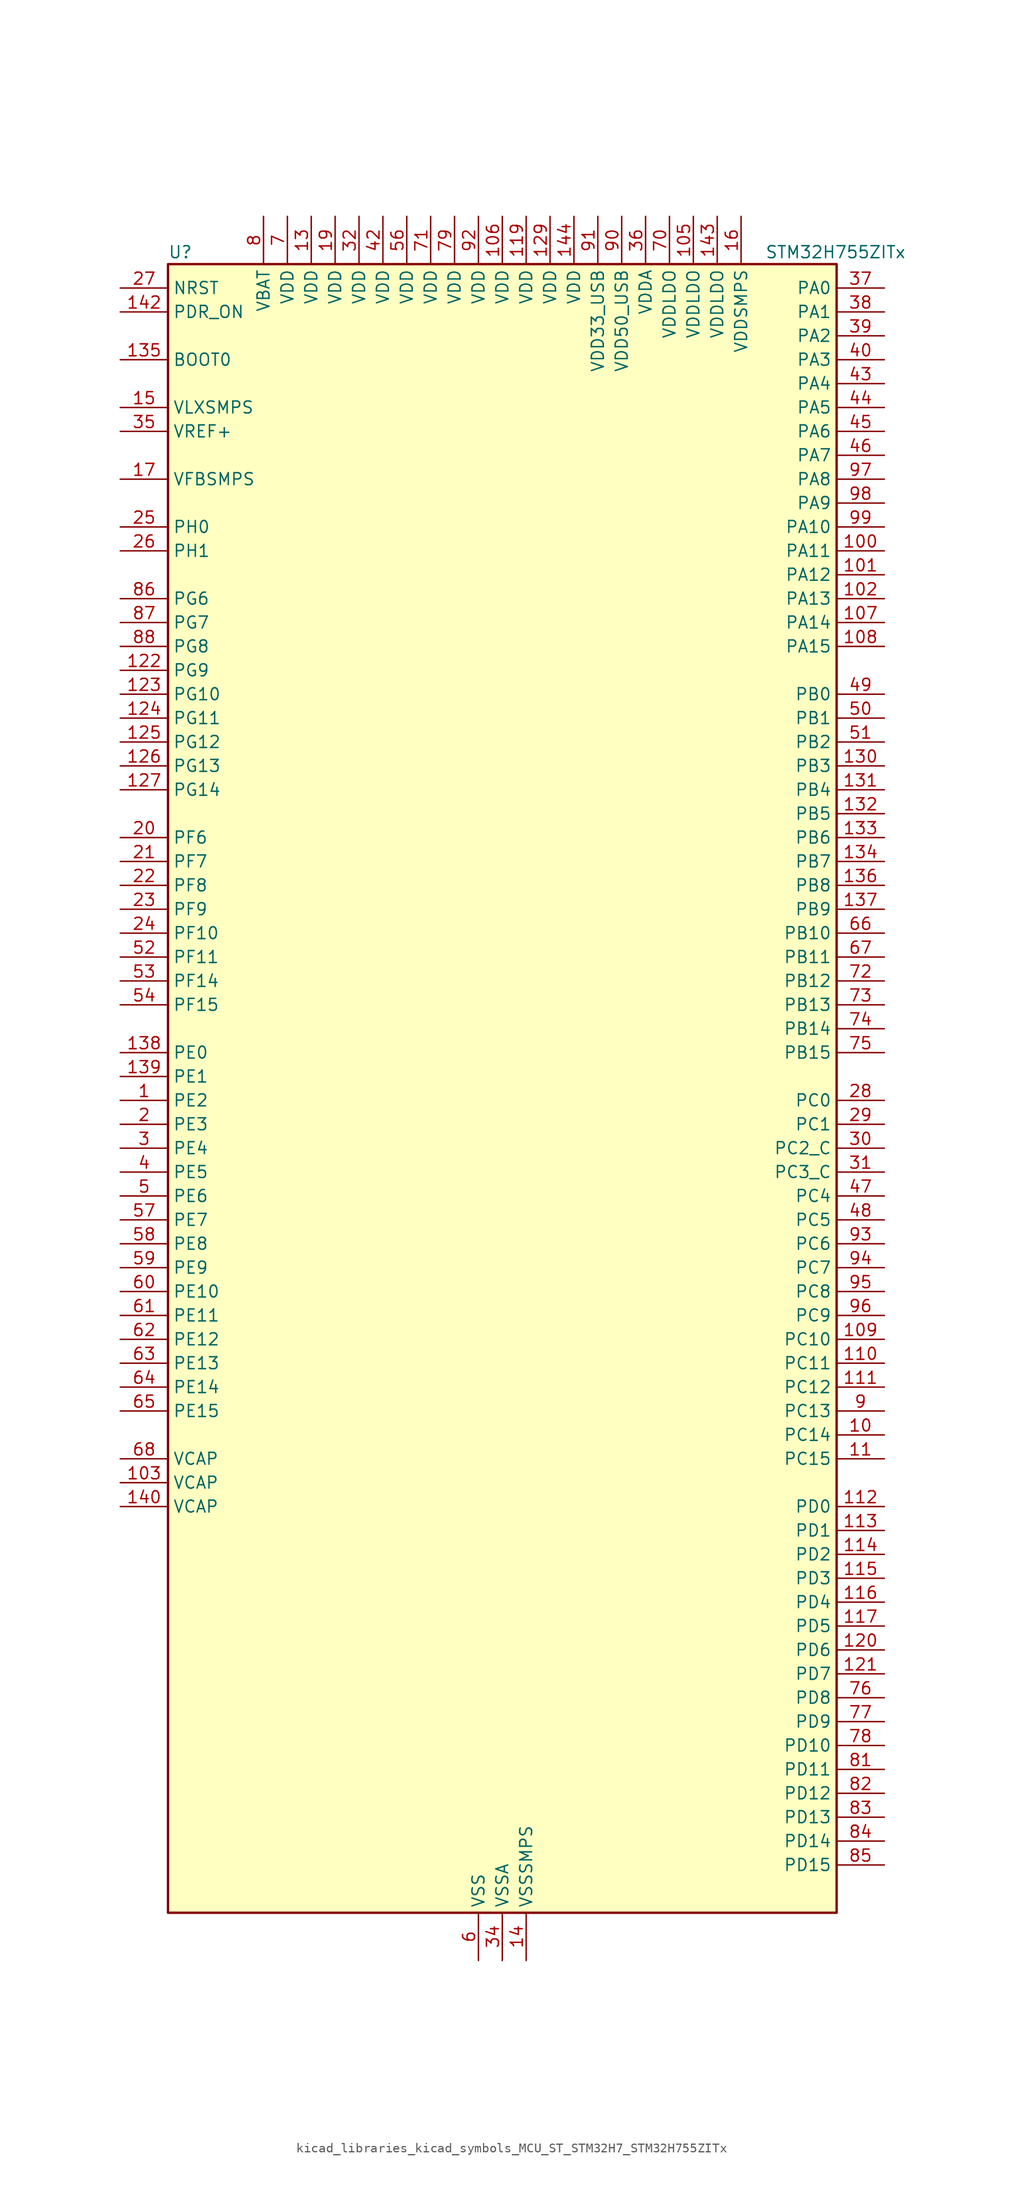
<source format=kicad_sym>
(kicad_symbol_lib
  (version 20220914)
  (generator kicad_symbol_editor)
  (symbol "kicad_libraries_kicad_symbols_MCU_ST_STM32H7_STM32H755ZITx"
    (property "Reference" "U"
      (at -35.56 90.17 0)
      (effects (font (size 1.27 1.27)) (justify left)))
    (property "Value" "STM32H755ZITx"
      (at 27.94 90.17 0)
      (effects (font (size 1.27 1.27)) (justify left)))
    (property "ki_locked" ""
      (at 0 0 0)
      (effects (font (size 1.27 1.27))))
    (symbol "kicad_libraries_kicad_symbols_MCU_ST_STM32H7_STM32H755ZITx_0_1"
      (rectangle (start -35.56 -86.36) (end 35.56 88.9) (stroke (width 0.254) (type default)) (fill (type background))))
    (symbol "kicad_libraries_kicad_symbols_MCU_ST_STM32H7_STM32H755ZITx_1_1"
      (pin bidirectional line (at -40.64 0 0) (length 5.08) (name "PE2" (effects (font (size 1.27 1.27)))) (number "1" (effects (font (size 1.27 1.27)))) (alternate "DEBUG_TRACECLK" bidirectional line) (alternate "ETH_TXD3" bidirectional line) (alternate "FMC_A23" bidirectional line) (alternate "QUADSPI_BK1_IO2" bidirectional line) (alternate "SAI1_CK1" bidirectional line) (alternate "SAI1_MCLK_A" bidirectional line) (alternate "SAI4_CK1" bidirectional line) (alternate "SAI4_MCLK_A" bidirectional line) (alternate "SPI4_SCK" bidirectional line))
      (pin bidirectional line (at 40.64 -35.56 180) (length 5.08) (name "PC14" (effects (font (size 1.27 1.27)))) (number "10" (effects (font (size 1.27 1.27)))) (alternate "RCC_OSC32_IN" bidirectional line))
      (pin bidirectional line (at 40.64 58.42 180) (length 5.08) (name "PA11" (effects (font (size 1.27 1.27)))) (number "100" (effects (font (size 1.27 1.27)))) (alternate "ADC1_EXTI11" bidirectional line) (alternate "ADC2_EXTI11" bidirectional line) (alternate "ADC3_EXTI11" bidirectional line) (alternate "FDCAN1_RX" bidirectional line) (alternate "HRTIM_CHD1" bidirectional line) (alternate "I2S2_WS" bidirectional line) (alternate "LPUART1_CTS" bidirectional line) (alternate "LTDC_R4" bidirectional line) (alternate "SPI2_NSS" bidirectional line) (alternate "TIM1_CH4" bidirectional line) (alternate "UART4_RX" bidirectional line) (alternate "USART1_CTS" bidirectional line) (alternate "USART1_NSS" bidirectional line) (alternate "USB_OTG_FS_DM" bidirectional line))
      (pin bidirectional line (at 40.64 55.88 180) (length 5.08) (name "PA12" (effects (font (size 1.27 1.27)))) (number "101" (effects (font (size 1.27 1.27)))) (alternate "FDCAN1_TX" bidirectional line) (alternate "HRTIM_CHD2" bidirectional line) (alternate "I2S2_CK" bidirectional line) (alternate "LPUART1_DE" bidirectional line) (alternate "LPUART1_RTS" bidirectional line) (alternate "LTDC_R5" bidirectional line) (alternate "SAI2_FS_B" bidirectional line) (alternate "SPI2_SCK" bidirectional line) (alternate "TIM1_ETR" bidirectional line) (alternate "UART4_TX" bidirectional line) (alternate "USART1_DE" bidirectional line) (alternate "USART1_RTS" bidirectional line) (alternate "USB_OTG_FS_DP" bidirectional line))
      (pin bidirectional line (at 40.64 53.34 180) (length 5.08) (name "PA13" (effects (font (size 1.27 1.27)))) (number "102" (effects (font (size 1.27 1.27)))) (alternate "DEBUG_JTMS-SWDIO" bidirectional line))
      (pin power_out line (at -40.64 -40.64 0) (length 5.08) (name "VCAP" (effects (font (size 1.27 1.27)))) (number "103" (effects (font (size 1.27 1.27)))))
      (pin passive line (at -2.54 -91.44 90) (length 5.08) hide (name "VSS" (effects (font (size 1.27 1.27)))) (number "104" (effects (font (size 1.27 1.27)))))
      (pin power_in line (at 20.32 93.98 270) (length 5.08) (name "VDDLDO" (effects (font (size 1.27 1.27)))) (number "105" (effects (font (size 1.27 1.27)))))
      (pin power_in line (at 0 93.98 270) (length 5.08) (name "VDD" (effects (font (size 1.27 1.27)))) (number "106" (effects (font (size 1.27 1.27)))))
      (pin bidirectional line (at 40.64 50.8 180) (length 5.08) (name "PA14" (effects (font (size 1.27 1.27)))) (number "107" (effects (font (size 1.27 1.27)))) (alternate "DEBUG_JTCK-SWCLK" bidirectional line))
      (pin bidirectional line (at 40.64 48.26 180) (length 5.08) (name "PA15" (effects (font (size 1.27 1.27)))) (number "108" (effects (font (size 1.27 1.27)))) (alternate "ADC1_EXTI15" bidirectional line) (alternate "ADC2_EXTI15" bidirectional line) (alternate "ADC3_EXTI15" bidirectional line) (alternate "CEC" bidirectional line) (alternate "DEBUG_JTDI" bidirectional line) (alternate "HRTIM_FLT1" bidirectional line) (alternate "I2S1_WS" bidirectional line) (alternate "I2S3_WS" bidirectional line) (alternate "SPI1_NSS" bidirectional line) (alternate "SPI3_NSS" bidirectional line) (alternate "SPI6_NSS" bidirectional line) (alternate "TIM2_CH1" bidirectional line) (alternate "TIM2_ETR" bidirectional line) (alternate "UART4_DE" bidirectional line) (alternate "UART4_RTS" bidirectional line) (alternate "UART7_TX" bidirectional line))
      (pin bidirectional line (at 40.64 -25.4 180) (length 5.08) (name "PC10" (effects (font (size 1.27 1.27)))) (number "109" (effects (font (size 1.27 1.27)))) (alternate "DCMI_D8" bidirectional line) (alternate "DFSDM1_CKIN5" bidirectional line) (alternate "HRTIM_EEV1" bidirectional line) (alternate "I2S3_CK" bidirectional line) (alternate "LTDC_R2" bidirectional line) (alternate "QUADSPI_BK1_IO1" bidirectional line) (alternate "SDMMC1_D2" bidirectional line) (alternate "SPI3_SCK" bidirectional line) (alternate "UART4_TX" bidirectional line) (alternate "USART3_TX" bidirectional line))
      (pin bidirectional line (at 40.64 -38.1 180) (length 5.08) (name "PC15" (effects (font (size 1.27 1.27)))) (number "11" (effects (font (size 1.27 1.27)))) (alternate "ADC1_EXTI15" bidirectional line) (alternate "ADC2_EXTI15" bidirectional line) (alternate "ADC3_EXTI15" bidirectional line) (alternate "RCC_OSC32_OUT" bidirectional line))
      (pin bidirectional line (at 40.64 -27.94 180) (length 5.08) (name "PC11" (effects (font (size 1.27 1.27)))) (number "110" (effects (font (size 1.27 1.27)))) (alternate "ADC1_EXTI11" bidirectional line) (alternate "ADC2_EXTI11" bidirectional line) (alternate "ADC3_EXTI11" bidirectional line) (alternate "DCMI_D4" bidirectional line) (alternate "DFSDM1_DATIN5" bidirectional line) (alternate "HRTIM_FLT2" bidirectional line) (alternate "I2S3_SDI" bidirectional line) (alternate "QUADSPI_BK2_NCS" bidirectional line) (alternate "SDMMC1_D3" bidirectional line) (alternate "SPI3_MISO" bidirectional line) (alternate "UART4_RX" bidirectional line) (alternate "USART3_RX" bidirectional line))
      (pin bidirectional line (at 40.64 -30.48 180) (length 5.08) (name "PC12" (effects (font (size 1.27 1.27)))) (number "111" (effects (font (size 1.27 1.27)))) (alternate "DCMI_D9" bidirectional line) (alternate "DEBUG_TRACED3" bidirectional line) (alternate "HRTIM_EEV2" bidirectional line) (alternate "I2S3_SDO" bidirectional line) (alternate "SDMMC1_CK" bidirectional line) (alternate "SPI3_MOSI" bidirectional line) (alternate "UART5_TX" bidirectional line) (alternate "USART3_CK" bidirectional line))
      (pin bidirectional line (at 40.64 -43.18 180) (length 5.08) (name "PD0" (effects (font (size 1.27 1.27)))) (number "112" (effects (font (size 1.27 1.27)))) (alternate "DFSDM1_CKIN6" bidirectional line) (alternate "FDCAN1_RX" bidirectional line) (alternate "FMC_D2" bidirectional line) (alternate "FMC_DA2" bidirectional line) (alternate "SAI3_SCK_A" bidirectional line) (alternate "UART4_RX" bidirectional line))
      (pin bidirectional line (at 40.64 -45.72 180) (length 5.08) (name "PD1" (effects (font (size 1.27 1.27)))) (number "113" (effects (font (size 1.27 1.27)))) (alternate "DFSDM1_DATIN6" bidirectional line) (alternate "FDCAN1_TX" bidirectional line) (alternate "FMC_D3" bidirectional line) (alternate "FMC_DA3" bidirectional line) (alternate "SAI3_SD_A" bidirectional line) (alternate "UART4_TX" bidirectional line))
      (pin bidirectional line (at 40.64 -48.26 180) (length 5.08) (name "PD2" (effects (font (size 1.27 1.27)))) (number "114" (effects (font (size 1.27 1.27)))) (alternate "DCMI_D11" bidirectional line) (alternate "DEBUG_TRACED2" bidirectional line) (alternate "SDMMC1_CMD" bidirectional line) (alternate "TIM3_ETR" bidirectional line) (alternate "UART5_RX" bidirectional line))
      (pin bidirectional line (at 40.64 -50.8 180) (length 5.08) (name "PD3" (effects (font (size 1.27 1.27)))) (number "115" (effects (font (size 1.27 1.27)))) (alternate "DCMI_D5" bidirectional line) (alternate "DFSDM1_CKOUT" bidirectional line) (alternate "FMC_CLK" bidirectional line) (alternate "I2S2_CK" bidirectional line) (alternate "LTDC_G7" bidirectional line) (alternate "SPI2_SCK" bidirectional line) (alternate "USART2_CTS" bidirectional line) (alternate "USART2_NSS" bidirectional line))
      (pin bidirectional line (at 40.64 -53.34 180) (length 5.08) (name "PD4" (effects (font (size 1.27 1.27)))) (number "116" (effects (font (size 1.27 1.27)))) (alternate "FMC_NOE" bidirectional line) (alternate "HRTIM_FLT3" bidirectional line) (alternate "SAI3_FS_A" bidirectional line) (alternate "USART2_DE" bidirectional line) (alternate "USART2_RTS" bidirectional line))
      (pin bidirectional line (at 40.64 -55.88 180) (length 5.08) (name "PD5" (effects (font (size 1.27 1.27)))) (number "117" (effects (font (size 1.27 1.27)))) (alternate "FMC_NWE" bidirectional line) (alternate "HRTIM_EEV3" bidirectional line) (alternate "USART2_TX" bidirectional line))
      (pin passive line (at -2.54 -91.44 90) (length 5.08) hide (name "VSS" (effects (font (size 1.27 1.27)))) (number "118" (effects (font (size 1.27 1.27)))))
      (pin power_in line (at 2.54 93.98 270) (length 5.08) (name "VDD" (effects (font (size 1.27 1.27)))) (number "119" (effects (font (size 1.27 1.27)))))
      (pin passive line (at -2.54 -91.44 90) (length 5.08) hide (name "VSS" (effects (font (size 1.27 1.27)))) (number "12" (effects (font (size 1.27 1.27)))))
      (pin bidirectional line (at 40.64 -58.42 180) (length 5.08) (name "PD6" (effects (font (size 1.27 1.27)))) (number "120" (effects (font (size 1.27 1.27)))) (alternate "DCMI_D10" bidirectional line) (alternate "DFSDM1_CKIN4" bidirectional line) (alternate "DFSDM1_DATIN1" bidirectional line) (alternate "FMC_NWAIT" bidirectional line) (alternate "I2S3_SDO" bidirectional line) (alternate "LTDC_B2" bidirectional line) (alternate "SAI1_D1" bidirectional line) (alternate "SAI1_SD_A" bidirectional line) (alternate "SAI4_D1" bidirectional line) (alternate "SAI4_SD_A" bidirectional line) (alternate "SDMMC2_CK" bidirectional line) (alternate "SPI3_MOSI" bidirectional line) (alternate "USART2_RX" bidirectional line))
      (pin bidirectional line (at 40.64 -60.96 180) (length 5.08) (name "PD7" (effects (font (size 1.27 1.27)))) (number "121" (effects (font (size 1.27 1.27)))) (alternate "DFSDM1_CKIN1" bidirectional line) (alternate "DFSDM1_DATIN4" bidirectional line) (alternate "FMC_NE1" bidirectional line) (alternate "I2S1_SDO" bidirectional line) (alternate "SDMMC2_CMD" bidirectional line) (alternate "SPDIFRX1_IN0" bidirectional line) (alternate "SPI1_MOSI" bidirectional line) (alternate "USART2_CK" bidirectional line))
      (pin bidirectional line (at -40.64 45.72 0) (length 5.08) (name "PG9" (effects (font (size 1.27 1.27)))) (number "122" (effects (font (size 1.27 1.27)))) (alternate "DAC1_EXTI9" bidirectional line) (alternate "DCMI_VSYNC" bidirectional line) (alternate "FMC_NCE" bidirectional line) (alternate "FMC_NE2" bidirectional line) (alternate "I2S1_SDI" bidirectional line) (alternate "QUADSPI_BK2_IO2" bidirectional line) (alternate "SAI2_FS_B" bidirectional line) (alternate "SPDIFRX1_IN3" bidirectional line) (alternate "SPI1_MISO" bidirectional line) (alternate "USART6_RX" bidirectional line))
      (pin bidirectional line (at -40.64 43.18 0) (length 5.08) (name "PG10" (effects (font (size 1.27 1.27)))) (number "123" (effects (font (size 1.27 1.27)))) (alternate "DCMI_D2" bidirectional line) (alternate "FMC_NE3" bidirectional line) (alternate "HRTIM_FLT5" bidirectional line) (alternate "I2S1_WS" bidirectional line) (alternate "LTDC_B2" bidirectional line) (alternate "LTDC_G3" bidirectional line) (alternate "SAI2_SD_B" bidirectional line) (alternate "SPI1_NSS" bidirectional line))
      (pin bidirectional line (at -40.64 40.64 0) (length 5.08) (name "PG11" (effects (font (size 1.27 1.27)))) (number "124" (effects (font (size 1.27 1.27)))) (alternate "ADC1_EXTI11" bidirectional line) (alternate "ADC2_EXTI11" bidirectional line) (alternate "ADC3_EXTI11" bidirectional line) (alternate "DCMI_D3" bidirectional line) (alternate "ETH_TX_EN" bidirectional line) (alternate "HRTIM_EEV4" bidirectional line) (alternate "I2S1_CK" bidirectional line) (alternate "LPTIM1_IN2" bidirectional line) (alternate "LTDC_B3" bidirectional line) (alternate "SDMMC2_D2" bidirectional line) (alternate "SPDIFRX1_IN0" bidirectional line) (alternate "SPI1_SCK" bidirectional line))
      (pin bidirectional line (at -40.64 38.1 0) (length 5.08) (name "PG12" (effects (font (size 1.27 1.27)))) (number "125" (effects (font (size 1.27 1.27)))) (alternate "ETH_TXD1" bidirectional line) (alternate "FMC_NE4" bidirectional line) (alternate "HRTIM_EEV5" bidirectional line) (alternate "LPTIM1_IN1" bidirectional line) (alternate "LTDC_B1" bidirectional line) (alternate "LTDC_B4" bidirectional line) (alternate "SPDIFRX1_IN1" bidirectional line) (alternate "SPI6_MISO" bidirectional line) (alternate "USART6_DE" bidirectional line) (alternate "USART6_RTS" bidirectional line))
      (pin bidirectional line (at -40.64 35.56 0) (length 5.08) (name "PG13" (effects (font (size 1.27 1.27)))) (number "126" (effects (font (size 1.27 1.27)))) (alternate "DEBUG_TRACED0" bidirectional line) (alternate "ETH_TXD0" bidirectional line) (alternate "FMC_A24" bidirectional line) (alternate "HRTIM_EEV10" bidirectional line) (alternate "LPTIM1_OUT" bidirectional line) (alternate "LTDC_R0" bidirectional line) (alternate "SPI6_SCK" bidirectional line) (alternate "USART6_CTS" bidirectional line) (alternate "USART6_NSS" bidirectional line))
      (pin bidirectional line (at -40.64 33.02 0) (length 5.08) (name "PG14" (effects (font (size 1.27 1.27)))) (number "127" (effects (font (size 1.27 1.27)))) (alternate "DEBUG_TRACED1" bidirectional line) (alternate "ETH_TXD1" bidirectional line) (alternate "FMC_A25" bidirectional line) (alternate "LPTIM1_ETR" bidirectional line) (alternate "LTDC_B0" bidirectional line) (alternate "QUADSPI_BK2_IO3" bidirectional line) (alternate "SPI6_MOSI" bidirectional line) (alternate "USART6_TX" bidirectional line))
      (pin passive line (at -2.54 -91.44 90) (length 5.08) hide (name "VSS" (effects (font (size 1.27 1.27)))) (number "128" (effects (font (size 1.27 1.27)))))
      (pin power_in line (at 5.08 93.98 270) (length 5.08) (name "VDD" (effects (font (size 1.27 1.27)))) (number "129" (effects (font (size 1.27 1.27)))))
      (pin power_in line (at -20.32 93.98 270) (length 5.08) (name "VDD" (effects (font (size 1.27 1.27)))) (number "13" (effects (font (size 1.27 1.27)))))
      (pin bidirectional line (at 40.64 35.56 180) (length 5.08) (name "PB3" (effects (font (size 1.27 1.27)))) (number "130" (effects (font (size 1.27 1.27)))) (alternate "CRS_SYNC" bidirectional line) (alternate "DEBUG_JTDO-SWO" bidirectional line) (alternate "HRTIM_FLT4" bidirectional line) (alternate "I2S1_CK" bidirectional line) (alternate "I2S3_CK" bidirectional line) (alternate "SDMMC2_D2" bidirectional line) (alternate "SPI1_SCK" bidirectional line) (alternate "SPI3_SCK" bidirectional line) (alternate "SPI6_SCK" bidirectional line) (alternate "TIM2_CH2" bidirectional line) (alternate "UART7_RX" bidirectional line))
      (pin bidirectional line (at 40.64 33.02 180) (length 5.08) (name "PB4" (effects (font (size 1.27 1.27)))) (number "131" (effects (font (size 1.27 1.27)))) (alternate "DEBUG_JTRST" bidirectional line) (alternate "HRTIM_EEV6" bidirectional line) (alternate "I2S1_SDI" bidirectional line) (alternate "I2S2_WS" bidirectional line) (alternate "I2S3_SDI" bidirectional line) (alternate "SDMMC2_D3" bidirectional line) (alternate "SPI1_MISO" bidirectional line) (alternate "SPI2_NSS" bidirectional line) (alternate "SPI3_MISO" bidirectional line) (alternate "SPI6_MISO" bidirectional line) (alternate "TIM16_BKIN" bidirectional line) (alternate "TIM3_CH1" bidirectional line) (alternate "UART7_TX" bidirectional line))
      (pin bidirectional line (at 40.64 30.48 180) (length 5.08) (name "PB5" (effects (font (size 1.27 1.27)))) (number "132" (effects (font (size 1.27 1.27)))) (alternate "DCMI_D10" bidirectional line) (alternate "ETH_PPS_OUT" bidirectional line) (alternate "FDCAN2_RX" bidirectional line) (alternate "FMC_SDCKE1" bidirectional line) (alternate "HRTIM_EEV7" bidirectional line) (alternate "I2C1_SMBA" bidirectional line) (alternate "I2C4_SMBA" bidirectional line) (alternate "I2S1_SDO" bidirectional line) (alternate "I2S3_SDO" bidirectional line) (alternate "SPI1_MOSI" bidirectional line) (alternate "SPI3_MOSI" bidirectional line) (alternate "SPI6_MOSI" bidirectional line) (alternate "TIM17_BKIN" bidirectional line) (alternate "TIM3_CH2" bidirectional line) (alternate "UART5_RX" bidirectional line) (alternate "USB_OTG_HS_ULPI_D7" bidirectional line))
      (pin bidirectional line (at 40.64 27.94 180) (length 5.08) (name "PB6" (effects (font (size 1.27 1.27)))) (number "133" (effects (font (size 1.27 1.27)))) (alternate "CEC" bidirectional line) (alternate "DCMI_D5" bidirectional line) (alternate "DFSDM1_DATIN5" bidirectional line) (alternate "FDCAN2_TX" bidirectional line) (alternate "FMC_SDNE1" bidirectional line) (alternate "HRTIM_EEV8" bidirectional line) (alternate "I2C1_SCL" bidirectional line) (alternate "I2C4_SCL" bidirectional line) (alternate "LPUART1_TX" bidirectional line) (alternate "QUADSPI_BK1_NCS" bidirectional line) (alternate "TIM16_CH1N" bidirectional line) (alternate "TIM4_CH1" bidirectional line) (alternate "UART5_TX" bidirectional line) (alternate "USART1_TX" bidirectional line))
      (pin bidirectional line (at 40.64 25.4 180) (length 5.08) (name "PB7" (effects (font (size 1.27 1.27)))) (number "134" (effects (font (size 1.27 1.27)))) (alternate "DCMI_VSYNC" bidirectional line) (alternate "DFSDM1_CKIN5" bidirectional line) (alternate "FMC_NL" bidirectional line) (alternate "HRTIM_EEV9" bidirectional line) (alternate "I2C1_SDA" bidirectional line) (alternate "I2C4_SDA" bidirectional line) (alternate "LPUART1_RX" bidirectional line) (alternate "PWR_PVD_IN" bidirectional line) (alternate "TIM17_CH1N" bidirectional line) (alternate "TIM4_CH2" bidirectional line) (alternate "USART1_RX" bidirectional line))
      (pin input line (at -40.64 78.74 0) (length 5.08) (name "BOOT0" (effects (font (size 1.27 1.27)))) (number "135" (effects (font (size 1.27 1.27)))))
      (pin bidirectional line (at 40.64 22.86 180) (length 5.08) (name "PB8" (effects (font (size 1.27 1.27)))) (number "136" (effects (font (size 1.27 1.27)))) (alternate "DCMI_D6" bidirectional line) (alternate "DFSDM1_CKIN7" bidirectional line) (alternate "ETH_TXD3" bidirectional line) (alternate "FDCAN1_RX" bidirectional line) (alternate "I2C1_SCL" bidirectional line) (alternate "I2C4_SCL" bidirectional line) (alternate "LTDC_B6" bidirectional line) (alternate "SDMMC1_CKIN" bidirectional line) (alternate "SDMMC1_D4" bidirectional line) (alternate "SDMMC2_D4" bidirectional line) (alternate "TIM16_CH1" bidirectional line) (alternate "TIM4_CH3" bidirectional line) (alternate "UART4_RX" bidirectional line))
      (pin bidirectional line (at 40.64 20.32 180) (length 5.08) (name "PB9" (effects (font (size 1.27 1.27)))) (number "137" (effects (font (size 1.27 1.27)))) (alternate "DAC1_EXTI9" bidirectional line) (alternate "DCMI_D7" bidirectional line) (alternate "DFSDM1_DATIN7" bidirectional line) (alternate "FDCAN1_TX" bidirectional line) (alternate "I2C1_SDA" bidirectional line) (alternate "I2C4_SDA" bidirectional line) (alternate "I2C4_SMBA" bidirectional line) (alternate "I2S2_WS" bidirectional line) (alternate "LTDC_B7" bidirectional line) (alternate "SDMMC1_CDIR" bidirectional line) (alternate "SDMMC1_D5" bidirectional line) (alternate "SDMMC2_D5" bidirectional line) (alternate "SPI2_NSS" bidirectional line) (alternate "TIM17_CH1" bidirectional line) (alternate "TIM4_CH4" bidirectional line) (alternate "UART4_TX" bidirectional line))
      (pin bidirectional line (at -40.64 5.08 0) (length 5.08) (name "PE0" (effects (font (size 1.27 1.27)))) (number "138" (effects (font (size 1.27 1.27)))) (alternate "DCMI_D2" bidirectional line) (alternate "FMC_NBL0" bidirectional line) (alternate "HRTIM_SCIN" bidirectional line) (alternate "LPTIM1_ETR" bidirectional line) (alternate "LPTIM2_ETR" bidirectional line) (alternate "SAI2_MCLK_A" bidirectional line) (alternate "TIM4_ETR" bidirectional line) (alternate "UART8_RX" bidirectional line))
      (pin bidirectional line (at -40.64 2.54 0) (length 5.08) (name "PE1" (effects (font (size 1.27 1.27)))) (number "139" (effects (font (size 1.27 1.27)))) (alternate "DCMI_D3" bidirectional line) (alternate "FMC_NBL1" bidirectional line) (alternate "HRTIM_SCOUT" bidirectional line) (alternate "LPTIM1_IN2" bidirectional line) (alternate "UART8_TX" bidirectional line))
      (pin power_in line (at 2.54 -91.44 90) (length 5.08) (name "VSSSMPS" (effects (font (size 1.27 1.27)))) (number "14" (effects (font (size 1.27 1.27)))))
      (pin power_out line (at -40.64 -43.18 0) (length 5.08) (name "VCAP" (effects (font (size 1.27 1.27)))) (number "140" (effects (font (size 1.27 1.27)))))
      (pin passive line (at -2.54 -91.44 90) (length 5.08) hide (name "VSS" (effects (font (size 1.27 1.27)))) (number "141" (effects (font (size 1.27 1.27)))))
      (pin input line (at -40.64 83.82 0) (length 5.08) (name "PDR_ON" (effects (font (size 1.27 1.27)))) (number "142" (effects (font (size 1.27 1.27)))))
      (pin power_in line (at 22.86 93.98 270) (length 5.08) (name "VDDLDO" (effects (font (size 1.27 1.27)))) (number "143" (effects (font (size 1.27 1.27)))))
      (pin power_in line (at 7.62 93.98 270) (length 5.08) (name "VDD" (effects (font (size 1.27 1.27)))) (number "144" (effects (font (size 1.27 1.27)))))
      (pin power_in line (at -40.64 73.66 0) (length 5.08) (name "VLXSMPS" (effects (font (size 1.27 1.27)))) (number "15" (effects (font (size 1.27 1.27)))))
      (pin power_in line (at 25.4 93.98 270) (length 5.08) (name "VDDSMPS" (effects (font (size 1.27 1.27)))) (number "16" (effects (font (size 1.27 1.27)))))
      (pin input line (at -40.64 66.04 0) (length 5.08) (name "VFBSMPS" (effects (font (size 1.27 1.27)))) (number "17" (effects (font (size 1.27 1.27)))))
      (pin passive line (at -2.54 -91.44 90) (length 5.08) hide (name "VSS" (effects (font (size 1.27 1.27)))) (number "18" (effects (font (size 1.27 1.27)))))
      (pin power_in line (at -17.78 93.98 270) (length 5.08) (name "VDD" (effects (font (size 1.27 1.27)))) (number "19" (effects (font (size 1.27 1.27)))))
      (pin bidirectional line (at -40.64 -2.54 0) (length 5.08) (name "PE3" (effects (font (size 1.27 1.27)))) (number "2" (effects (font (size 1.27 1.27)))) (alternate "DEBUG_TRACED0" bidirectional line) (alternate "FMC_A19" bidirectional line) (alternate "SAI1_SD_B" bidirectional line) (alternate "SAI4_SD_B" bidirectional line) (alternate "TIM15_BKIN" bidirectional line))
      (pin bidirectional line (at -40.64 27.94 0) (length 5.08) (name "PF6" (effects (font (size 1.27 1.27)))) (number "20" (effects (font (size 1.27 1.27)))) (alternate "ADC3_INP8" bidirectional line) (alternate "QUADSPI_BK1_IO3" bidirectional line) (alternate "SAI1_SD_B" bidirectional line) (alternate "SAI4_SD_B" bidirectional line) (alternate "SPI5_NSS" bidirectional line) (alternate "TIM16_CH1" bidirectional line) (alternate "UART7_RX" bidirectional line))
      (pin bidirectional line (at -40.64 25.4 0) (length 5.08) (name "PF7" (effects (font (size 1.27 1.27)))) (number "21" (effects (font (size 1.27 1.27)))) (alternate "ADC3_INP3" bidirectional line) (alternate "QUADSPI_BK1_IO2" bidirectional line) (alternate "SAI1_MCLK_B" bidirectional line) (alternate "SAI4_MCLK_B" bidirectional line) (alternate "SPI5_SCK" bidirectional line) (alternate "TIM17_CH1" bidirectional line) (alternate "UART7_TX" bidirectional line))
      (pin bidirectional line (at -40.64 22.86 0) (length 5.08) (name "PF8" (effects (font (size 1.27 1.27)))) (number "22" (effects (font (size 1.27 1.27)))) (alternate "ADC3_INN3" bidirectional line) (alternate "ADC3_INP7" bidirectional line) (alternate "QUADSPI_BK1_IO0" bidirectional line) (alternate "SAI1_SCK_B" bidirectional line) (alternate "SAI4_SCK_B" bidirectional line) (alternate "SPI5_MISO" bidirectional line) (alternate "TIM13_CH1" bidirectional line) (alternate "TIM16_CH1N" bidirectional line) (alternate "UART7_DE" bidirectional line) (alternate "UART7_RTS" bidirectional line))
      (pin bidirectional line (at -40.64 20.32 0) (length 5.08) (name "PF9" (effects (font (size 1.27 1.27)))) (number "23" (effects (font (size 1.27 1.27)))) (alternate "ADC3_INP2" bidirectional line) (alternate "DAC1_EXTI9" bidirectional line) (alternate "QUADSPI_BK1_IO1" bidirectional line) (alternate "SAI1_FS_B" bidirectional line) (alternate "SAI4_FS_B" bidirectional line) (alternate "SPI5_MOSI" bidirectional line) (alternate "TIM14_CH1" bidirectional line) (alternate "TIM17_CH1N" bidirectional line) (alternate "UART7_CTS" bidirectional line))
      (pin bidirectional line (at -40.64 17.78 0) (length 5.08) (name "PF10" (effects (font (size 1.27 1.27)))) (number "24" (effects (font (size 1.27 1.27)))) (alternate "ADC3_INN2" bidirectional line) (alternate "ADC3_INP6" bidirectional line) (alternate "DCMI_D11" bidirectional line) (alternate "LTDC_DE" bidirectional line) (alternate "QUADSPI_CLK" bidirectional line) (alternate "SAI1_D3" bidirectional line) (alternate "SAI4_D3" bidirectional line) (alternate "TIM16_BKIN" bidirectional line))
      (pin bidirectional line (at -40.64 60.96 0) (length 5.08) (name "PH0" (effects (font (size 1.27 1.27)))) (number "25" (effects (font (size 1.27 1.27)))) (alternate "RCC_OSC_IN" bidirectional line))
      (pin bidirectional line (at -40.64 58.42 0) (length 5.08) (name "PH1" (effects (font (size 1.27 1.27)))) (number "26" (effects (font (size 1.27 1.27)))) (alternate "RCC_OSC_OUT" bidirectional line))
      (pin input line (at -40.64 86.36 0) (length 5.08) (name "NRST" (effects (font (size 1.27 1.27)))) (number "27" (effects (font (size 1.27 1.27)))))
      (pin bidirectional line (at 40.64 0 180) (length 5.08) (name "PC0" (effects (font (size 1.27 1.27)))) (number "28" (effects (font (size 1.27 1.27)))) (alternate "ADC1_INP10" bidirectional line) (alternate "ADC2_INP10" bidirectional line) (alternate "ADC3_INP10" bidirectional line) (alternate "DFSDM1_CKIN0" bidirectional line) (alternate "DFSDM1_DATIN4" bidirectional line) (alternate "FMC_SDNWE" bidirectional line) (alternate "LTDC_R5" bidirectional line) (alternate "SAI2_FS_B" bidirectional line) (alternate "USB_OTG_HS_ULPI_STP" bidirectional line))
      (pin bidirectional line (at 40.64 -2.54 180) (length 5.08) (name "PC1" (effects (font (size 1.27 1.27)))) (number "29" (effects (font (size 1.27 1.27)))) (alternate "ADC1_INN10" bidirectional line) (alternate "ADC1_INP11" bidirectional line) (alternate "ADC2_INN10" bidirectional line) (alternate "ADC2_INP11" bidirectional line) (alternate "ADC3_INN10" bidirectional line) (alternate "ADC3_INP11" bidirectional line) (alternate "DEBUG_TRACED0" bidirectional line) (alternate "DFSDM1_CKIN4" bidirectional line) (alternate "DFSDM1_DATIN0" bidirectional line) (alternate "ETH_MDC" bidirectional line) (alternate "I2S2_SDO" bidirectional line) (alternate "MDIOS_MDC" bidirectional line) (alternate "PWR_WKUP5" bidirectional line) (alternate "RTC_TAMP3" bidirectional line) (alternate "SAI1_D1" bidirectional line) (alternate "SAI1_SD_A" bidirectional line) (alternate "SAI4_D1" bidirectional line) (alternate "SAI4_SD_A" bidirectional line) (alternate "SDMMC2_CK" bidirectional line) (alternate "SPI2_MOSI" bidirectional line))
      (pin bidirectional line (at -40.64 -5.08 0) (length 5.08) (name "PE4" (effects (font (size 1.27 1.27)))) (number "3" (effects (font (size 1.27 1.27)))) (alternate "DCMI_D4" bidirectional line) (alternate "DEBUG_TRACED1" bidirectional line) (alternate "DFSDM1_DATIN3" bidirectional line) (alternate "FMC_A20" bidirectional line) (alternate "LTDC_B0" bidirectional line) (alternate "SAI1_D2" bidirectional line) (alternate "SAI1_FS_A" bidirectional line) (alternate "SAI4_D2" bidirectional line) (alternate "SAI4_FS_A" bidirectional line) (alternate "SPI4_NSS" bidirectional line) (alternate "TIM15_CH1N" bidirectional line))
      (pin bidirectional line (at 40.64 -5.08 180) (length 5.08) (name "PC2_C" (effects (font (size 1.27 1.27)))) (number "30" (effects (font (size 1.27 1.27)))) (alternate "ADC3_INN1" bidirectional line) (alternate "ADC3_INP0" bidirectional line) (alternate "DFSDM1_CKIN1" bidirectional line) (alternate "DFSDM1_CKOUT" bidirectional line) (alternate "ETH_TXD2" bidirectional line) (alternate "FMC_SDNE0" bidirectional line) (alternate "I2S2_SDI" bidirectional line) (alternate "PWR_CSTOP" bidirectional line) (alternate "SPI2_MISO" bidirectional line) (alternate "USB_OTG_HS_ULPI_DIR" bidirectional line))
      (pin bidirectional line (at 40.64 -7.62 180) (length 5.08) (name "PC3_C" (effects (font (size 1.27 1.27)))) (number "31" (effects (font (size 1.27 1.27)))) (alternate "ADC3_INP1" bidirectional line) (alternate "DFSDM1_DATIN1" bidirectional line) (alternate "ETH_TX_CLK" bidirectional line) (alternate "FMC_SDCKE0" bidirectional line) (alternate "I2S2_SDO" bidirectional line) (alternate "PWR_CSLEEP" bidirectional line) (alternate "SPI2_MOSI" bidirectional line) (alternate "USB_OTG_HS_ULPI_NXT" bidirectional line))
      (pin power_in line (at -15.24 93.98 270) (length 5.08) (name "VDD" (effects (font (size 1.27 1.27)))) (number "32" (effects (font (size 1.27 1.27)))))
      (pin passive line (at -2.54 -91.44 90) (length 5.08) hide (name "VSS" (effects (font (size 1.27 1.27)))) (number "33" (effects (font (size 1.27 1.27)))))
      (pin power_in line (at 0 -91.44 90) (length 5.08) (name "VSSA" (effects (font (size 1.27 1.27)))) (number "34" (effects (font (size 1.27 1.27)))))
      (pin input line (at -40.64 71.12 0) (length 5.08) (name "VREF+" (effects (font (size 1.27 1.27)))) (number "35" (effects (font (size 1.27 1.27)))) (alternate "VREFBUF_OUT" bidirectional line))
      (pin power_in line (at 15.24 93.98 270) (length 5.08) (name "VDDA" (effects (font (size 1.27 1.27)))) (number "36" (effects (font (size 1.27 1.27)))))
      (pin bidirectional line (at 40.64 86.36 180) (length 5.08) (name "PA0" (effects (font (size 1.27 1.27)))) (number "37" (effects (font (size 1.27 1.27)))) (alternate "ADC1_INP16" bidirectional line) (alternate "ETH_CRS" bidirectional line) (alternate "PWR_WKUP0" bidirectional line) (alternate "SAI2_SD_B" bidirectional line) (alternate "SDMMC2_CMD" bidirectional line) (alternate "TIM15_BKIN" bidirectional line) (alternate "TIM2_CH1" bidirectional line) (alternate "TIM2_ETR" bidirectional line) (alternate "TIM5_CH1" bidirectional line) (alternate "TIM8_ETR" bidirectional line) (alternate "UART4_TX" bidirectional line) (alternate "USART2_CTS" bidirectional line) (alternate "USART2_NSS" bidirectional line))
      (pin bidirectional line (at 40.64 83.82 180) (length 5.08) (name "PA1" (effects (font (size 1.27 1.27)))) (number "38" (effects (font (size 1.27 1.27)))) (alternate "ADC1_INN16" bidirectional line) (alternate "ADC1_INP17" bidirectional line) (alternate "ETH_REF_CLK" bidirectional line) (alternate "ETH_RX_CLK" bidirectional line) (alternate "LPTIM3_OUT" bidirectional line) (alternate "LTDC_R2" bidirectional line) (alternate "QUADSPI_BK1_IO3" bidirectional line) (alternate "SAI2_MCLK_B" bidirectional line) (alternate "TIM15_CH1N" bidirectional line) (alternate "TIM2_CH2" bidirectional line) (alternate "TIM5_CH2" bidirectional line) (alternate "UART4_RX" bidirectional line) (alternate "USART2_DE" bidirectional line) (alternate "USART2_RTS" bidirectional line))
      (pin bidirectional line (at 40.64 81.28 180) (length 5.08) (name "PA2" (effects (font (size 1.27 1.27)))) (number "39" (effects (font (size 1.27 1.27)))) (alternate "ADC1_INP14" bidirectional line) (alternate "ADC2_INP14" bidirectional line) (alternate "ETH_MDIO" bidirectional line) (alternate "LPTIM4_OUT" bidirectional line) (alternate "LTDC_R1" bidirectional line) (alternate "MDIOS_MDIO" bidirectional line) (alternate "PWR_WKUP1" bidirectional line) (alternate "SAI2_SCK_B" bidirectional line) (alternate "TIM15_CH1" bidirectional line) (alternate "TIM2_CH3" bidirectional line) (alternate "TIM5_CH3" bidirectional line) (alternate "USART2_TX" bidirectional line))
      (pin bidirectional line (at -40.64 -7.62 0) (length 5.08) (name "PE5" (effects (font (size 1.27 1.27)))) (number "4" (effects (font (size 1.27 1.27)))) (alternate "DCMI_D6" bidirectional line) (alternate "DEBUG_TRACED2" bidirectional line) (alternate "DFSDM1_CKIN3" bidirectional line) (alternate "FMC_A21" bidirectional line) (alternate "LTDC_G0" bidirectional line) (alternate "SAI1_CK2" bidirectional line) (alternate "SAI1_SCK_A" bidirectional line) (alternate "SAI4_CK2" bidirectional line) (alternate "SAI4_SCK_A" bidirectional line) (alternate "SPI4_MISO" bidirectional line) (alternate "TIM15_CH1" bidirectional line))
      (pin bidirectional line (at 40.64 78.74 180) (length 5.08) (name "PA3" (effects (font (size 1.27 1.27)))) (number "40" (effects (font (size 1.27 1.27)))) (alternate "ADC1_INP15" bidirectional line) (alternate "ADC2_INP15" bidirectional line) (alternate "ETH_COL" bidirectional line) (alternate "LPTIM5_OUT" bidirectional line) (alternate "LTDC_B2" bidirectional line) (alternate "LTDC_B5" bidirectional line) (alternate "TIM15_CH2" bidirectional line) (alternate "TIM2_CH4" bidirectional line) (alternate "TIM5_CH4" bidirectional line) (alternate "USART2_RX" bidirectional line) (alternate "USB_OTG_HS_ULPI_D0" bidirectional line))
      (pin passive line (at -2.54 -91.44 90) (length 5.08) hide (name "VSS" (effects (font (size 1.27 1.27)))) (number "41" (effects (font (size 1.27 1.27)))))
      (pin power_in line (at -12.7 93.98 270) (length 5.08) (name "VDD" (effects (font (size 1.27 1.27)))) (number "42" (effects (font (size 1.27 1.27)))))
      (pin bidirectional line (at 40.64 76.2 180) (length 5.08) (name "PA4" (effects (font (size 1.27 1.27)))) (number "43" (effects (font (size 1.27 1.27)))) (alternate "ADC1_INP18" bidirectional line) (alternate "ADC2_INP18" bidirectional line) (alternate "DAC1_OUT1" bidirectional line) (alternate "DCMI_HSYNC" bidirectional line) (alternate "I2S1_WS" bidirectional line) (alternate "I2S3_WS" bidirectional line) (alternate "LTDC_VSYNC" bidirectional line) (alternate "SPI1_NSS" bidirectional line) (alternate "SPI3_NSS" bidirectional line) (alternate "SPI6_NSS" bidirectional line) (alternate "TIM5_ETR" bidirectional line) (alternate "USART2_CK" bidirectional line) (alternate "USB_OTG_HS_SOF" bidirectional line))
      (pin bidirectional line (at 40.64 73.66 180) (length 5.08) (name "PA5" (effects (font (size 1.27 1.27)))) (number "44" (effects (font (size 1.27 1.27)))) (alternate "ADC1_INN18" bidirectional line) (alternate "ADC1_INP19" bidirectional line) (alternate "ADC2_INN18" bidirectional line) (alternate "ADC2_INP19" bidirectional line) (alternate "DAC1_OUT2" bidirectional line) (alternate "I2S1_CK" bidirectional line) (alternate "LTDC_R4" bidirectional line) (alternate "PWR_NDSTOP2" bidirectional line) (alternate "SPI1_SCK" bidirectional line) (alternate "SPI6_SCK" bidirectional line) (alternate "TIM2_CH1" bidirectional line) (alternate "TIM2_ETR" bidirectional line) (alternate "TIM8_CH1N" bidirectional line) (alternate "USB_OTG_HS_ULPI_CK" bidirectional line))
      (pin bidirectional line (at 40.64 71.12 180) (length 5.08) (name "PA6" (effects (font (size 1.27 1.27)))) (number "45" (effects (font (size 1.27 1.27)))) (alternate "ADC1_INP3" bidirectional line) (alternate "ADC2_INP3" bidirectional line) (alternate "DCMI_PIXCLK" bidirectional line) (alternate "I2S1_SDI" bidirectional line) (alternate "LTDC_G2" bidirectional line) (alternate "MDIOS_MDC" bidirectional line) (alternate "SPI1_MISO" bidirectional line) (alternate "SPI6_MISO" bidirectional line) (alternate "TIM13_CH1" bidirectional line) (alternate "TIM1_BKIN" bidirectional line) (alternate "TIM1_BKIN_COMP1" bidirectional line) (alternate "TIM1_BKIN_COMP2" bidirectional line) (alternate "TIM3_CH1" bidirectional line) (alternate "TIM8_BKIN" bidirectional line) (alternate "TIM8_BKIN_COMP1" bidirectional line) (alternate "TIM8_BKIN_COMP2" bidirectional line))
      (pin bidirectional line (at 40.64 68.58 180) (length 5.08) (name "PA7" (effects (font (size 1.27 1.27)))) (number "46" (effects (font (size 1.27 1.27)))) (alternate "ADC1_INN3" bidirectional line) (alternate "ADC1_INP7" bidirectional line) (alternate "ADC2_INN3" bidirectional line) (alternate "ADC2_INP7" bidirectional line) (alternate "ETH_CRS_DV" bidirectional line) (alternate "ETH_RX_DV" bidirectional line) (alternate "FMC_SDNWE" bidirectional line) (alternate "I2S1_SDO" bidirectional line) (alternate "OPAMP1_VINM" bidirectional line) (alternate "OPAMP1_VINM1" bidirectional line) (alternate "SPI1_MOSI" bidirectional line) (alternate "SPI6_MOSI" bidirectional line) (alternate "TIM14_CH1" bidirectional line) (alternate "TIM1_CH1N" bidirectional line) (alternate "TIM3_CH2" bidirectional line) (alternate "TIM8_CH1N" bidirectional line))
      (pin bidirectional line (at 40.64 -10.16 180) (length 5.08) (name "PC4" (effects (font (size 1.27 1.27)))) (number "47" (effects (font (size 1.27 1.27)))) (alternate "ADC1_INP4" bidirectional line) (alternate "ADC2_INP4" bidirectional line) (alternate "COMP1_INM" bidirectional line) (alternate "DFSDM1_CKIN2" bidirectional line) (alternate "ETH_RXD0" bidirectional line) (alternate "FMC_SDNE0" bidirectional line) (alternate "I2S1_MCK" bidirectional line) (alternate "OPAMP1_VOUT" bidirectional line) (alternate "SPDIFRX1_IN2" bidirectional line))
      (pin bidirectional line (at 40.64 -12.7 180) (length 5.08) (name "PC5" (effects (font (size 1.27 1.27)))) (number "48" (effects (font (size 1.27 1.27)))) (alternate "ADC1_INN4" bidirectional line) (alternate "ADC1_INP8" bidirectional line) (alternate "ADC2_INN4" bidirectional line) (alternate "ADC2_INP8" bidirectional line) (alternate "COMP1_OUT" bidirectional line) (alternate "DFSDM1_DATIN2" bidirectional line) (alternate "ETH_RXD1" bidirectional line) (alternate "FMC_SDCKE0" bidirectional line) (alternate "OPAMP1_VINM" bidirectional line) (alternate "OPAMP1_VINM0" bidirectional line) (alternate "SAI1_D3" bidirectional line) (alternate "SAI4_D3" bidirectional line) (alternate "SPDIFRX1_IN3" bidirectional line))
      (pin bidirectional line (at 40.64 43.18 180) (length 5.08) (name "PB0" (effects (font (size 1.27 1.27)))) (number "49" (effects (font (size 1.27 1.27)))) (alternate "ADC1_INN5" bidirectional line) (alternate "ADC1_INP9" bidirectional line) (alternate "ADC2_INN5" bidirectional line) (alternate "ADC2_INP9" bidirectional line) (alternate "COMP1_INP" bidirectional line) (alternate "DFSDM1_CKOUT" bidirectional line) (alternate "ETH_RXD2" bidirectional line) (alternate "LTDC_G1" bidirectional line) (alternate "LTDC_R3" bidirectional line) (alternate "OPAMP1_VINP" bidirectional line) (alternate "TIM1_CH2N" bidirectional line) (alternate "TIM3_CH3" bidirectional line) (alternate "TIM8_CH2N" bidirectional line) (alternate "UART4_CTS" bidirectional line) (alternate "USB_OTG_HS_ULPI_D1" bidirectional line))
      (pin bidirectional line (at -40.64 -10.16 0) (length 5.08) (name "PE6" (effects (font (size 1.27 1.27)))) (number "5" (effects (font (size 1.27 1.27)))) (alternate "DCMI_D7" bidirectional line) (alternate "DEBUG_TRACED3" bidirectional line) (alternate "FMC_A22" bidirectional line) (alternate "LTDC_G1" bidirectional line) (alternate "SAI1_D1" bidirectional line) (alternate "SAI1_SD_A" bidirectional line) (alternate "SAI2_MCLK_B" bidirectional line) (alternate "SAI4_D1" bidirectional line) (alternate "SAI4_SD_A" bidirectional line) (alternate "SPI4_MOSI" bidirectional line) (alternate "TIM15_CH2" bidirectional line) (alternate "TIM1_BKIN2" bidirectional line) (alternate "TIM1_BKIN2_COMP1" bidirectional line) (alternate "TIM1_BKIN2_COMP2" bidirectional line))
      (pin bidirectional line (at 40.64 40.64 180) (length 5.08) (name "PB1" (effects (font (size 1.27 1.27)))) (number "50" (effects (font (size 1.27 1.27)))) (alternate "ADC1_INP5" bidirectional line) (alternate "ADC2_INP5" bidirectional line) (alternate "COMP1_INM" bidirectional line) (alternate "DFSDM1_DATIN1" bidirectional line) (alternate "ETH_RXD3" bidirectional line) (alternate "LTDC_G0" bidirectional line) (alternate "LTDC_R6" bidirectional line) (alternate "TIM1_CH3N" bidirectional line) (alternate "TIM3_CH4" bidirectional line) (alternate "TIM8_CH3N" bidirectional line) (alternate "USB_OTG_HS_ULPI_D2" bidirectional line))
      (pin bidirectional line (at 40.64 38.1 180) (length 5.08) (name "PB2" (effects (font (size 1.27 1.27)))) (number "51" (effects (font (size 1.27 1.27)))) (alternate "COMP1_INP" bidirectional line) (alternate "DFSDM1_CKIN1" bidirectional line) (alternate "I2S3_SDO" bidirectional line) (alternate "QUADSPI_CLK" bidirectional line) (alternate "RTC_OUT_ALARM" bidirectional line) (alternate "RTC_OUT_CALIB" bidirectional line) (alternate "SAI1_D1" bidirectional line) (alternate "SAI1_SD_A" bidirectional line) (alternate "SAI4_D1" bidirectional line) (alternate "SAI4_SD_A" bidirectional line) (alternate "SPI3_MOSI" bidirectional line))
      (pin bidirectional line (at -40.64 15.24 0) (length 5.08) (name "PF11" (effects (font (size 1.27 1.27)))) (number "52" (effects (font (size 1.27 1.27)))) (alternate "ADC1_EXTI11" bidirectional line) (alternate "ADC1_INP2" bidirectional line) (alternate "ADC2_EXTI11" bidirectional line) (alternate "ADC3_EXTI11" bidirectional line) (alternate "DCMI_D12" bidirectional line) (alternate "FMC_SDNRAS" bidirectional line) (alternate "SAI2_SD_B" bidirectional line) (alternate "SPI5_MOSI" bidirectional line))
      (pin bidirectional line (at -40.64 12.7 0) (length 5.08) (name "PF14" (effects (font (size 1.27 1.27)))) (number "53" (effects (font (size 1.27 1.27)))) (alternate "ADC2_INN2" bidirectional line) (alternate "ADC2_INP6" bidirectional line) (alternate "DFSDM1_CKIN6" bidirectional line) (alternate "FMC_A8" bidirectional line) (alternate "I2C4_SCL" bidirectional line))
      (pin bidirectional line (at -40.64 10.16 0) (length 5.08) (name "PF15" (effects (font (size 1.27 1.27)))) (number "54" (effects (font (size 1.27 1.27)))) (alternate "ADC1_EXTI15" bidirectional line) (alternate "ADC2_EXTI15" bidirectional line) (alternate "ADC3_EXTI15" bidirectional line) (alternate "FMC_A9" bidirectional line) (alternate "I2C4_SDA" bidirectional line))
      (pin passive line (at -2.54 -91.44 90) (length 5.08) hide (name "VSS" (effects (font (size 1.27 1.27)))) (number "55" (effects (font (size 1.27 1.27)))))
      (pin power_in line (at -10.16 93.98 270) (length 5.08) (name "VDD" (effects (font (size 1.27 1.27)))) (number "56" (effects (font (size 1.27 1.27)))))
      (pin bidirectional line (at -40.64 -12.7 0) (length 5.08) (name "PE7" (effects (font (size 1.27 1.27)))) (number "57" (effects (font (size 1.27 1.27)))) (alternate "COMP2_INM" bidirectional line) (alternate "DFSDM1_DATIN2" bidirectional line) (alternate "FMC_D4" bidirectional line) (alternate "FMC_DA4" bidirectional line) (alternate "OPAMP2_VOUT" bidirectional line) (alternate "QUADSPI_BK2_IO0" bidirectional line) (alternate "TIM1_ETR" bidirectional line) (alternate "UART7_RX" bidirectional line))
      (pin bidirectional line (at -40.64 -15.24 0) (length 5.08) (name "PE8" (effects (font (size 1.27 1.27)))) (number "58" (effects (font (size 1.27 1.27)))) (alternate "COMP2_OUT" bidirectional line) (alternate "DFSDM1_CKIN2" bidirectional line) (alternate "FMC_D5" bidirectional line) (alternate "FMC_DA5" bidirectional line) (alternate "OPAMP2_VINM" bidirectional line) (alternate "OPAMP2_VINM0" bidirectional line) (alternate "QUADSPI_BK2_IO1" bidirectional line) (alternate "TIM1_CH1N" bidirectional line) (alternate "UART7_TX" bidirectional line))
      (pin bidirectional line (at -40.64 -17.78 0) (length 5.08) (name "PE9" (effects (font (size 1.27 1.27)))) (number "59" (effects (font (size 1.27 1.27)))) (alternate "COMP2_INP" bidirectional line) (alternate "DAC1_EXTI9" bidirectional line) (alternate "DFSDM1_CKOUT" bidirectional line) (alternate "FMC_D6" bidirectional line) (alternate "FMC_DA6" bidirectional line) (alternate "OPAMP2_VINP" bidirectional line) (alternate "QUADSPI_BK2_IO2" bidirectional line) (alternate "TIM1_CH1" bidirectional line) (alternate "UART7_DE" bidirectional line) (alternate "UART7_RTS" bidirectional line))
      (pin power_in line (at -2.54 -91.44 90) (length 5.08) (name "VSS" (effects (font (size 1.27 1.27)))) (number "6" (effects (font (size 1.27 1.27)))))
      (pin bidirectional line (at -40.64 -20.32 0) (length 5.08) (name "PE10" (effects (font (size 1.27 1.27)))) (number "60" (effects (font (size 1.27 1.27)))) (alternate "COMP2_INM" bidirectional line) (alternate "DFSDM1_DATIN4" bidirectional line) (alternate "FMC_D7" bidirectional line) (alternate "FMC_DA7" bidirectional line) (alternate "QUADSPI_BK2_IO3" bidirectional line) (alternate "TIM1_CH2N" bidirectional line) (alternate "UART7_CTS" bidirectional line))
      (pin bidirectional line (at -40.64 -22.86 0) (length 5.08) (name "PE11" (effects (font (size 1.27 1.27)))) (number "61" (effects (font (size 1.27 1.27)))) (alternate "ADC1_EXTI11" bidirectional line) (alternate "ADC2_EXTI11" bidirectional line) (alternate "ADC3_EXTI11" bidirectional line) (alternate "COMP2_INP" bidirectional line) (alternate "DFSDM1_CKIN4" bidirectional line) (alternate "FMC_D8" bidirectional line) (alternate "FMC_DA8" bidirectional line) (alternate "LTDC_G3" bidirectional line) (alternate "SAI2_SD_B" bidirectional line) (alternate "SPI4_NSS" bidirectional line) (alternate "TIM1_CH2" bidirectional line))
      (pin bidirectional line (at -40.64 -25.4 0) (length 5.08) (name "PE12" (effects (font (size 1.27 1.27)))) (number "62" (effects (font (size 1.27 1.27)))) (alternate "COMP1_OUT" bidirectional line) (alternate "DFSDM1_DATIN5" bidirectional line) (alternate "FMC_D9" bidirectional line) (alternate "FMC_DA9" bidirectional line) (alternate "LTDC_B4" bidirectional line) (alternate "SAI2_SCK_B" bidirectional line) (alternate "SPI4_SCK" bidirectional line) (alternate "TIM1_CH3N" bidirectional line))
      (pin bidirectional line (at -40.64 -27.94 0) (length 5.08) (name "PE13" (effects (font (size 1.27 1.27)))) (number "63" (effects (font (size 1.27 1.27)))) (alternate "COMP2_OUT" bidirectional line) (alternate "DFSDM1_CKIN5" bidirectional line) (alternate "FMC_D10" bidirectional line) (alternate "FMC_DA10" bidirectional line) (alternate "LTDC_DE" bidirectional line) (alternate "SAI2_FS_B" bidirectional line) (alternate "SPI4_MISO" bidirectional line) (alternate "TIM1_CH3" bidirectional line))
      (pin bidirectional line (at -40.64 -30.48 0) (length 5.08) (name "PE14" (effects (font (size 1.27 1.27)))) (number "64" (effects (font (size 1.27 1.27)))) (alternate "FMC_D11" bidirectional line) (alternate "FMC_DA11" bidirectional line) (alternate "LTDC_CLK" bidirectional line) (alternate "SAI2_MCLK_B" bidirectional line) (alternate "SPI4_MOSI" bidirectional line) (alternate "TIM1_CH4" bidirectional line))
      (pin bidirectional line (at -40.64 -33.02 0) (length 5.08) (name "PE15" (effects (font (size 1.27 1.27)))) (number "65" (effects (font (size 1.27 1.27)))) (alternate "ADC1_EXTI15" bidirectional line) (alternate "ADC2_EXTI15" bidirectional line) (alternate "ADC3_EXTI15" bidirectional line) (alternate "FMC_D12" bidirectional line) (alternate "FMC_DA12" bidirectional line) (alternate "LTDC_R7" bidirectional line) (alternate "TIM1_BKIN" bidirectional line) (alternate "TIM1_BKIN_COMP1" bidirectional line) (alternate "TIM1_BKIN_COMP2" bidirectional line))
      (pin bidirectional line (at 40.64 17.78 180) (length 5.08) (name "PB10" (effects (font (size 1.27 1.27)))) (number "66" (effects (font (size 1.27 1.27)))) (alternate "DFSDM1_DATIN7" bidirectional line) (alternate "ETH_RX_ER" bidirectional line) (alternate "HRTIM_SCOUT" bidirectional line) (alternate "I2C2_SCL" bidirectional line) (alternate "I2S2_CK" bidirectional line) (alternate "LPTIM2_IN1" bidirectional line) (alternate "LTDC_G4" bidirectional line) (alternate "QUADSPI_BK1_NCS" bidirectional line) (alternate "SPI2_SCK" bidirectional line) (alternate "TIM2_CH3" bidirectional line) (alternate "USART3_TX" bidirectional line) (alternate "USB_OTG_HS_ULPI_D3" bidirectional line))
      (pin bidirectional line (at 40.64 15.24 180) (length 5.08) (name "PB11" (effects (font (size 1.27 1.27)))) (number "67" (effects (font (size 1.27 1.27)))) (alternate "ADC1_EXTI11" bidirectional line) (alternate "ADC2_EXTI11" bidirectional line) (alternate "ADC3_EXTI11" bidirectional line) (alternate "DFSDM1_CKIN7" bidirectional line) (alternate "ETH_TX_EN" bidirectional line) (alternate "HRTIM_SCIN" bidirectional line) (alternate "I2C2_SDA" bidirectional line) (alternate "LPTIM2_ETR" bidirectional line) (alternate "LTDC_G5" bidirectional line) (alternate "TIM2_CH4" bidirectional line) (alternate "USART3_RX" bidirectional line) (alternate "USB_OTG_HS_ULPI_D4" bidirectional line))
      (pin power_out line (at -40.64 -38.1 0) (length 5.08) (name "VCAP" (effects (font (size 1.27 1.27)))) (number "68" (effects (font (size 1.27 1.27)))))
      (pin passive line (at -2.54 -91.44 90) (length 5.08) hide (name "VSS" (effects (font (size 1.27 1.27)))) (number "69" (effects (font (size 1.27 1.27)))))
      (pin power_in line (at -22.86 93.98 270) (length 5.08) (name "VDD" (effects (font (size 1.27 1.27)))) (number "7" (effects (font (size 1.27 1.27)))))
      (pin power_in line (at 17.78 93.98 270) (length 5.08) (name "VDDLDO" (effects (font (size 1.27 1.27)))) (number "70" (effects (font (size 1.27 1.27)))))
      (pin power_in line (at -7.62 93.98 270) (length 5.08) (name "VDD" (effects (font (size 1.27 1.27)))) (number "71" (effects (font (size 1.27 1.27)))))
      (pin bidirectional line (at 40.64 12.7 180) (length 5.08) (name "PB12" (effects (font (size 1.27 1.27)))) (number "72" (effects (font (size 1.27 1.27)))) (alternate "DFSDM1_DATIN1" bidirectional line) (alternate "ETH_TXD0" bidirectional line) (alternate "FDCAN2_RX" bidirectional line) (alternate "I2C2_SMBA" bidirectional line) (alternate "I2S2_WS" bidirectional line) (alternate "SPI2_NSS" bidirectional line) (alternate "TIM1_BKIN" bidirectional line) (alternate "TIM1_BKIN_COMP1" bidirectional line) (alternate "TIM1_BKIN_COMP2" bidirectional line) (alternate "UART5_RX" bidirectional line) (alternate "USART3_CK" bidirectional line) (alternate "USB_OTG_HS_ID" bidirectional line) (alternate "USB_OTG_HS_ULPI_D5" bidirectional line))
      (pin bidirectional line (at 40.64 10.16 180) (length 5.08) (name "PB13" (effects (font (size 1.27 1.27)))) (number "73" (effects (font (size 1.27 1.27)))) (alternate "DFSDM1_CKIN1" bidirectional line) (alternate "ETH_TXD1" bidirectional line) (alternate "FDCAN2_TX" bidirectional line) (alternate "I2S2_CK" bidirectional line) (alternate "LPTIM2_OUT" bidirectional line) (alternate "SPI2_SCK" bidirectional line) (alternate "TIM1_CH1N" bidirectional line) (alternate "UART5_TX" bidirectional line) (alternate "USART3_CTS" bidirectional line) (alternate "USART3_NSS" bidirectional line) (alternate "USB_OTG_HS_ULPI_D6" bidirectional line) (alternate "USB_OTG_HS_VBUS" bidirectional line))
      (pin bidirectional line (at 40.64 7.62 180) (length 5.08) (name "PB14" (effects (font (size 1.27 1.27)))) (number "74" (effects (font (size 1.27 1.27)))) (alternate "DFSDM1_DATIN2" bidirectional line) (alternate "I2S2_SDI" bidirectional line) (alternate "SDMMC2_D0" bidirectional line) (alternate "SPI2_MISO" bidirectional line) (alternate "TIM12_CH1" bidirectional line) (alternate "TIM1_CH2N" bidirectional line) (alternate "TIM8_CH2N" bidirectional line) (alternate "UART4_DE" bidirectional line) (alternate "UART4_RTS" bidirectional line) (alternate "USART1_TX" bidirectional line) (alternate "USART3_DE" bidirectional line) (alternate "USART3_RTS" bidirectional line) (alternate "USB_OTG_HS_DM" bidirectional line))
      (pin bidirectional line (at 40.64 5.08 180) (length 5.08) (name "PB15" (effects (font (size 1.27 1.27)))) (number "75" (effects (font (size 1.27 1.27)))) (alternate "ADC1_EXTI15" bidirectional line) (alternate "ADC2_EXTI15" bidirectional line) (alternate "ADC3_EXTI15" bidirectional line) (alternate "DFSDM1_CKIN2" bidirectional line) (alternate "I2S2_SDO" bidirectional line) (alternate "RTC_REFIN" bidirectional line) (alternate "SDMMC2_D1" bidirectional line) (alternate "SPI2_MOSI" bidirectional line) (alternate "TIM12_CH2" bidirectional line) (alternate "TIM1_CH3N" bidirectional line) (alternate "TIM8_CH3N" bidirectional line) (alternate "UART4_CTS" bidirectional line) (alternate "USART1_RX" bidirectional line) (alternate "USB_OTG_HS_DP" bidirectional line))
      (pin bidirectional line (at 40.64 -63.5 180) (length 5.08) (name "PD8" (effects (font (size 1.27 1.27)))) (number "76" (effects (font (size 1.27 1.27)))) (alternate "DFSDM1_CKIN3" bidirectional line) (alternate "FMC_D13" bidirectional line) (alternate "FMC_DA13" bidirectional line) (alternate "SAI3_SCK_B" bidirectional line) (alternate "SPDIFRX1_IN1" bidirectional line) (alternate "USART3_TX" bidirectional line))
      (pin bidirectional line (at 40.64 -66.04 180) (length 5.08) (name "PD9" (effects (font (size 1.27 1.27)))) (number "77" (effects (font (size 1.27 1.27)))) (alternate "DAC1_EXTI9" bidirectional line) (alternate "DFSDM1_DATIN3" bidirectional line) (alternate "FMC_D14" bidirectional line) (alternate "FMC_DA14" bidirectional line) (alternate "SAI3_SD_B" bidirectional line) (alternate "USART3_RX" bidirectional line))
      (pin bidirectional line (at 40.64 -68.58 180) (length 5.08) (name "PD10" (effects (font (size 1.27 1.27)))) (number "78" (effects (font (size 1.27 1.27)))) (alternate "DFSDM1_CKOUT" bidirectional line) (alternate "FMC_D15" bidirectional line) (alternate "FMC_DA15" bidirectional line) (alternate "LTDC_B3" bidirectional line) (alternate "SAI3_FS_B" bidirectional line) (alternate "USART3_CK" bidirectional line))
      (pin power_in line (at -5.08 93.98 270) (length 5.08) (name "VDD" (effects (font (size 1.27 1.27)))) (number "79" (effects (font (size 1.27 1.27)))))
      (pin power_in line (at -25.4 93.98 270) (length 5.08) (name "VBAT" (effects (font (size 1.27 1.27)))) (number "8" (effects (font (size 1.27 1.27)))))
      (pin passive line (at -2.54 -91.44 90) (length 5.08) hide (name "VSS" (effects (font (size 1.27 1.27)))) (number "80" (effects (font (size 1.27 1.27)))))
      (pin bidirectional line (at 40.64 -71.12 180) (length 5.08) (name "PD11" (effects (font (size 1.27 1.27)))) (number "81" (effects (font (size 1.27 1.27)))) (alternate "ADC1_EXTI11" bidirectional line) (alternate "ADC2_EXTI11" bidirectional line) (alternate "ADC3_EXTI11" bidirectional line) (alternate "FMC_A16" bidirectional line) (alternate "FMC_CLE" bidirectional line) (alternate "I2C4_SMBA" bidirectional line) (alternate "LPTIM2_IN2" bidirectional line) (alternate "QUADSPI_BK1_IO0" bidirectional line) (alternate "SAI2_SD_A" bidirectional line) (alternate "USART3_CTS" bidirectional line) (alternate "USART3_NSS" bidirectional line))
      (pin bidirectional line (at 40.64 -73.66 180) (length 5.08) (name "PD12" (effects (font (size 1.27 1.27)))) (number "82" (effects (font (size 1.27 1.27)))) (alternate "FMC_A17" bidirectional line) (alternate "FMC_ALE" bidirectional line) (alternate "I2C4_SCL" bidirectional line) (alternate "LPTIM1_IN1" bidirectional line) (alternate "LPTIM2_IN1" bidirectional line) (alternate "QUADSPI_BK1_IO1" bidirectional line) (alternate "SAI2_FS_A" bidirectional line) (alternate "TIM4_CH1" bidirectional line) (alternate "USART3_DE" bidirectional line) (alternate "USART3_RTS" bidirectional line))
      (pin bidirectional line (at 40.64 -76.2 180) (length 5.08) (name "PD13" (effects (font (size 1.27 1.27)))) (number "83" (effects (font (size 1.27 1.27)))) (alternate "FMC_A18" bidirectional line) (alternate "I2C4_SDA" bidirectional line) (alternate "LPTIM1_OUT" bidirectional line) (alternate "QUADSPI_BK1_IO3" bidirectional line) (alternate "SAI2_SCK_A" bidirectional line) (alternate "TIM4_CH2" bidirectional line))
      (pin bidirectional line (at 40.64 -78.74 180) (length 5.08) (name "PD14" (effects (font (size 1.27 1.27)))) (number "84" (effects (font (size 1.27 1.27)))) (alternate "FMC_D0" bidirectional line) (alternate "FMC_DA0" bidirectional line) (alternate "SAI3_MCLK_B" bidirectional line) (alternate "TIM4_CH3" bidirectional line) (alternate "UART8_CTS" bidirectional line))
      (pin bidirectional line (at 40.64 -81.28 180) (length 5.08) (name "PD15" (effects (font (size 1.27 1.27)))) (number "85" (effects (font (size 1.27 1.27)))) (alternate "ADC1_EXTI15" bidirectional line) (alternate "ADC2_EXTI15" bidirectional line) (alternate "ADC3_EXTI15" bidirectional line) (alternate "FMC_D1" bidirectional line) (alternate "FMC_DA1" bidirectional line) (alternate "SAI3_MCLK_A" bidirectional line) (alternate "TIM4_CH4" bidirectional line) (alternate "UART8_DE" bidirectional line) (alternate "UART8_RTS" bidirectional line))
      (pin bidirectional line (at -40.64 53.34 0) (length 5.08) (name "PG6" (effects (font (size 1.27 1.27)))) (number "86" (effects (font (size 1.27 1.27)))) (alternate "DCMI_D12" bidirectional line) (alternate "FMC_NE3" bidirectional line) (alternate "HRTIM_CHE1" bidirectional line) (alternate "LTDC_R7" bidirectional line) (alternate "QUADSPI_BK1_NCS" bidirectional line) (alternate "TIM17_BKIN" bidirectional line))
      (pin bidirectional line (at -40.64 50.8 0) (length 5.08) (name "PG7" (effects (font (size 1.27 1.27)))) (number "87" (effects (font (size 1.27 1.27)))) (alternate "DCMI_D13" bidirectional line) (alternate "FMC_INT" bidirectional line) (alternate "HRTIM_CHE2" bidirectional line) (alternate "LTDC_CLK" bidirectional line) (alternate "SAI1_MCLK_A" bidirectional line) (alternate "USART6_CK" bidirectional line))
      (pin bidirectional line (at -40.64 48.26 0) (length 5.08) (name "PG8" (effects (font (size 1.27 1.27)))) (number "88" (effects (font (size 1.27 1.27)))) (alternate "ETH_PPS_OUT" bidirectional line) (alternate "FMC_SDCLK" bidirectional line) (alternate "LTDC_G7" bidirectional line) (alternate "SPDIFRX1_IN2" bidirectional line) (alternate "SPI6_NSS" bidirectional line) (alternate "TIM8_ETR" bidirectional line) (alternate "USART6_DE" bidirectional line) (alternate "USART6_RTS" bidirectional line))
      (pin passive line (at -2.54 -91.44 90) (length 5.08) hide (name "VSS" (effects (font (size 1.27 1.27)))) (number "89" (effects (font (size 1.27 1.27)))))
      (pin bidirectional line (at 40.64 -33.02 180) (length 5.08) (name "PC13" (effects (font (size 1.27 1.27)))) (number "9" (effects (font (size 1.27 1.27)))) (alternate "PWR_WKUP2" bidirectional line) (alternate "RTC_OUT_ALARM" bidirectional line) (alternate "RTC_OUT_CALIB" bidirectional line) (alternate "RTC_TAMP1" bidirectional line) (alternate "RTC_TS" bidirectional line))
      (pin power_in line (at 12.7 93.98 270) (length 5.08) (name "VDD50_USB" (effects (font (size 1.27 1.27)))) (number "90" (effects (font (size 1.27 1.27)))))
      (pin power_in line (at 10.16 93.98 270) (length 5.08) (name "VDD33_USB" (effects (font (size 1.27 1.27)))) (number "91" (effects (font (size 1.27 1.27)))))
      (pin power_in line (at -2.54 93.98 270) (length 5.08) (name "VDD" (effects (font (size 1.27 1.27)))) (number "92" (effects (font (size 1.27 1.27)))))
      (pin bidirectional line (at 40.64 -15.24 180) (length 5.08) (name "PC6" (effects (font (size 1.27 1.27)))) (number "93" (effects (font (size 1.27 1.27)))) (alternate "DCMI_D0" bidirectional line) (alternate "DFSDM1_CKIN3" bidirectional line) (alternate "FMC_NWAIT" bidirectional line) (alternate "HRTIM_CHA1" bidirectional line) (alternate "I2S2_MCK" bidirectional line) (alternate "LTDC_HSYNC" bidirectional line) (alternate "SDMMC1_D0DIR" bidirectional line) (alternate "SDMMC1_D6" bidirectional line) (alternate "SDMMC2_D6" bidirectional line) (alternate "SWPMI1_IO" bidirectional line) (alternate "TIM3_CH1" bidirectional line) (alternate "TIM8_CH1" bidirectional line) (alternate "USART6_TX" bidirectional line))
      (pin bidirectional line (at 40.64 -17.78 180) (length 5.08) (name "PC7" (effects (font (size 1.27 1.27)))) (number "94" (effects (font (size 1.27 1.27)))) (alternate "DCMI_D1" bidirectional line) (alternate "DEBUG_TRGIO" bidirectional line) (alternate "DFSDM1_DATIN3" bidirectional line) (alternate "FMC_NE1" bidirectional line) (alternate "HRTIM_CHA2" bidirectional line) (alternate "I2S3_MCK" bidirectional line) (alternate "LTDC_G6" bidirectional line) (alternate "SDMMC1_D123DIR" bidirectional line) (alternate "SDMMC1_D7" bidirectional line) (alternate "SDMMC2_D7" bidirectional line) (alternate "SWPMI1_TX" bidirectional line) (alternate "TIM3_CH2" bidirectional line) (alternate "TIM8_CH2" bidirectional line) (alternate "USART6_RX" bidirectional line))
      (pin bidirectional line (at 40.64 -20.32 180) (length 5.08) (name "PC8" (effects (font (size 1.27 1.27)))) (number "95" (effects (font (size 1.27 1.27)))) (alternate "DCMI_D2" bidirectional line) (alternate "DEBUG_TRACED1" bidirectional line) (alternate "FMC_NCE" bidirectional line) (alternate "FMC_NE2" bidirectional line) (alternate "HRTIM_CHB1" bidirectional line) (alternate "SDMMC1_D0" bidirectional line) (alternate "SWPMI1_RX" bidirectional line) (alternate "TIM3_CH3" bidirectional line) (alternate "TIM8_CH3" bidirectional line) (alternate "UART5_DE" bidirectional line) (alternate "UART5_RTS" bidirectional line) (alternate "USART6_CK" bidirectional line))
      (pin bidirectional line (at 40.64 -22.86 180) (length 5.08) (name "PC9" (effects (font (size 1.27 1.27)))) (number "96" (effects (font (size 1.27 1.27)))) (alternate "DAC1_EXTI9" bidirectional line) (alternate "DCMI_D3" bidirectional line) (alternate "I2C3_SDA" bidirectional line) (alternate "I2S_CKIN" bidirectional line) (alternate "LTDC_B2" bidirectional line) (alternate "LTDC_G3" bidirectional line) (alternate "QUADSPI_BK1_IO0" bidirectional line) (alternate "RCC_MCO_2" bidirectional line) (alternate "SDMMC1_D1" bidirectional line) (alternate "SWPMI1_SUSPEND" bidirectional line) (alternate "TIM3_CH4" bidirectional line) (alternate "TIM8_CH4" bidirectional line) (alternate "UART5_CTS" bidirectional line))
      (pin bidirectional line (at 40.64 66.04 180) (length 5.08) (name "PA8" (effects (font (size 1.27 1.27)))) (number "97" (effects (font (size 1.27 1.27)))) (alternate "HRTIM_CHB2" bidirectional line) (alternate "I2C3_SCL" bidirectional line) (alternate "LTDC_B3" bidirectional line) (alternate "LTDC_R6" bidirectional line) (alternate "RCC_MCO_1" bidirectional line) (alternate "TIM1_CH1" bidirectional line) (alternate "TIM8_BKIN2" bidirectional line) (alternate "TIM8_BKIN2_COMP1" bidirectional line) (alternate "TIM8_BKIN2_COMP2" bidirectional line) (alternate "UART7_RX" bidirectional line) (alternate "USART1_CK" bidirectional line) (alternate "USB_OTG_FS_SOF" bidirectional line))
      (pin bidirectional line (at 40.64 63.5 180) (length 5.08) (name "PA9" (effects (font (size 1.27 1.27)))) (number "98" (effects (font (size 1.27 1.27)))) (alternate "DAC1_EXTI9" bidirectional line) (alternate "DCMI_D0" bidirectional line) (alternate "HRTIM_CHC1" bidirectional line) (alternate "I2C3_SMBA" bidirectional line) (alternate "I2S2_CK" bidirectional line) (alternate "LPUART1_TX" bidirectional line) (alternate "LTDC_R5" bidirectional line) (alternate "SPI2_SCK" bidirectional line) (alternate "TIM1_CH2" bidirectional line) (alternate "USART1_TX" bidirectional line) (alternate "USB_OTG_FS_VBUS" bidirectional line))
      (pin bidirectional line (at 40.64 60.96 180) (length 5.08) (name "PA10" (effects (font (size 1.27 1.27)))) (number "99" (effects (font (size 1.27 1.27)))) (alternate "DCMI_D1" bidirectional line) (alternate "HRTIM_CHC2" bidirectional line) (alternate "LPUART1_RX" bidirectional line) (alternate "LTDC_B1" bidirectional line) (alternate "LTDC_B4" bidirectional line) (alternate "MDIOS_MDIO" bidirectional line) (alternate "TIM1_CH3" bidirectional line) (alternate "USART1_RX" bidirectional line) (alternate "USB_OTG_FS_ID" bidirectional line)))))
</source>
